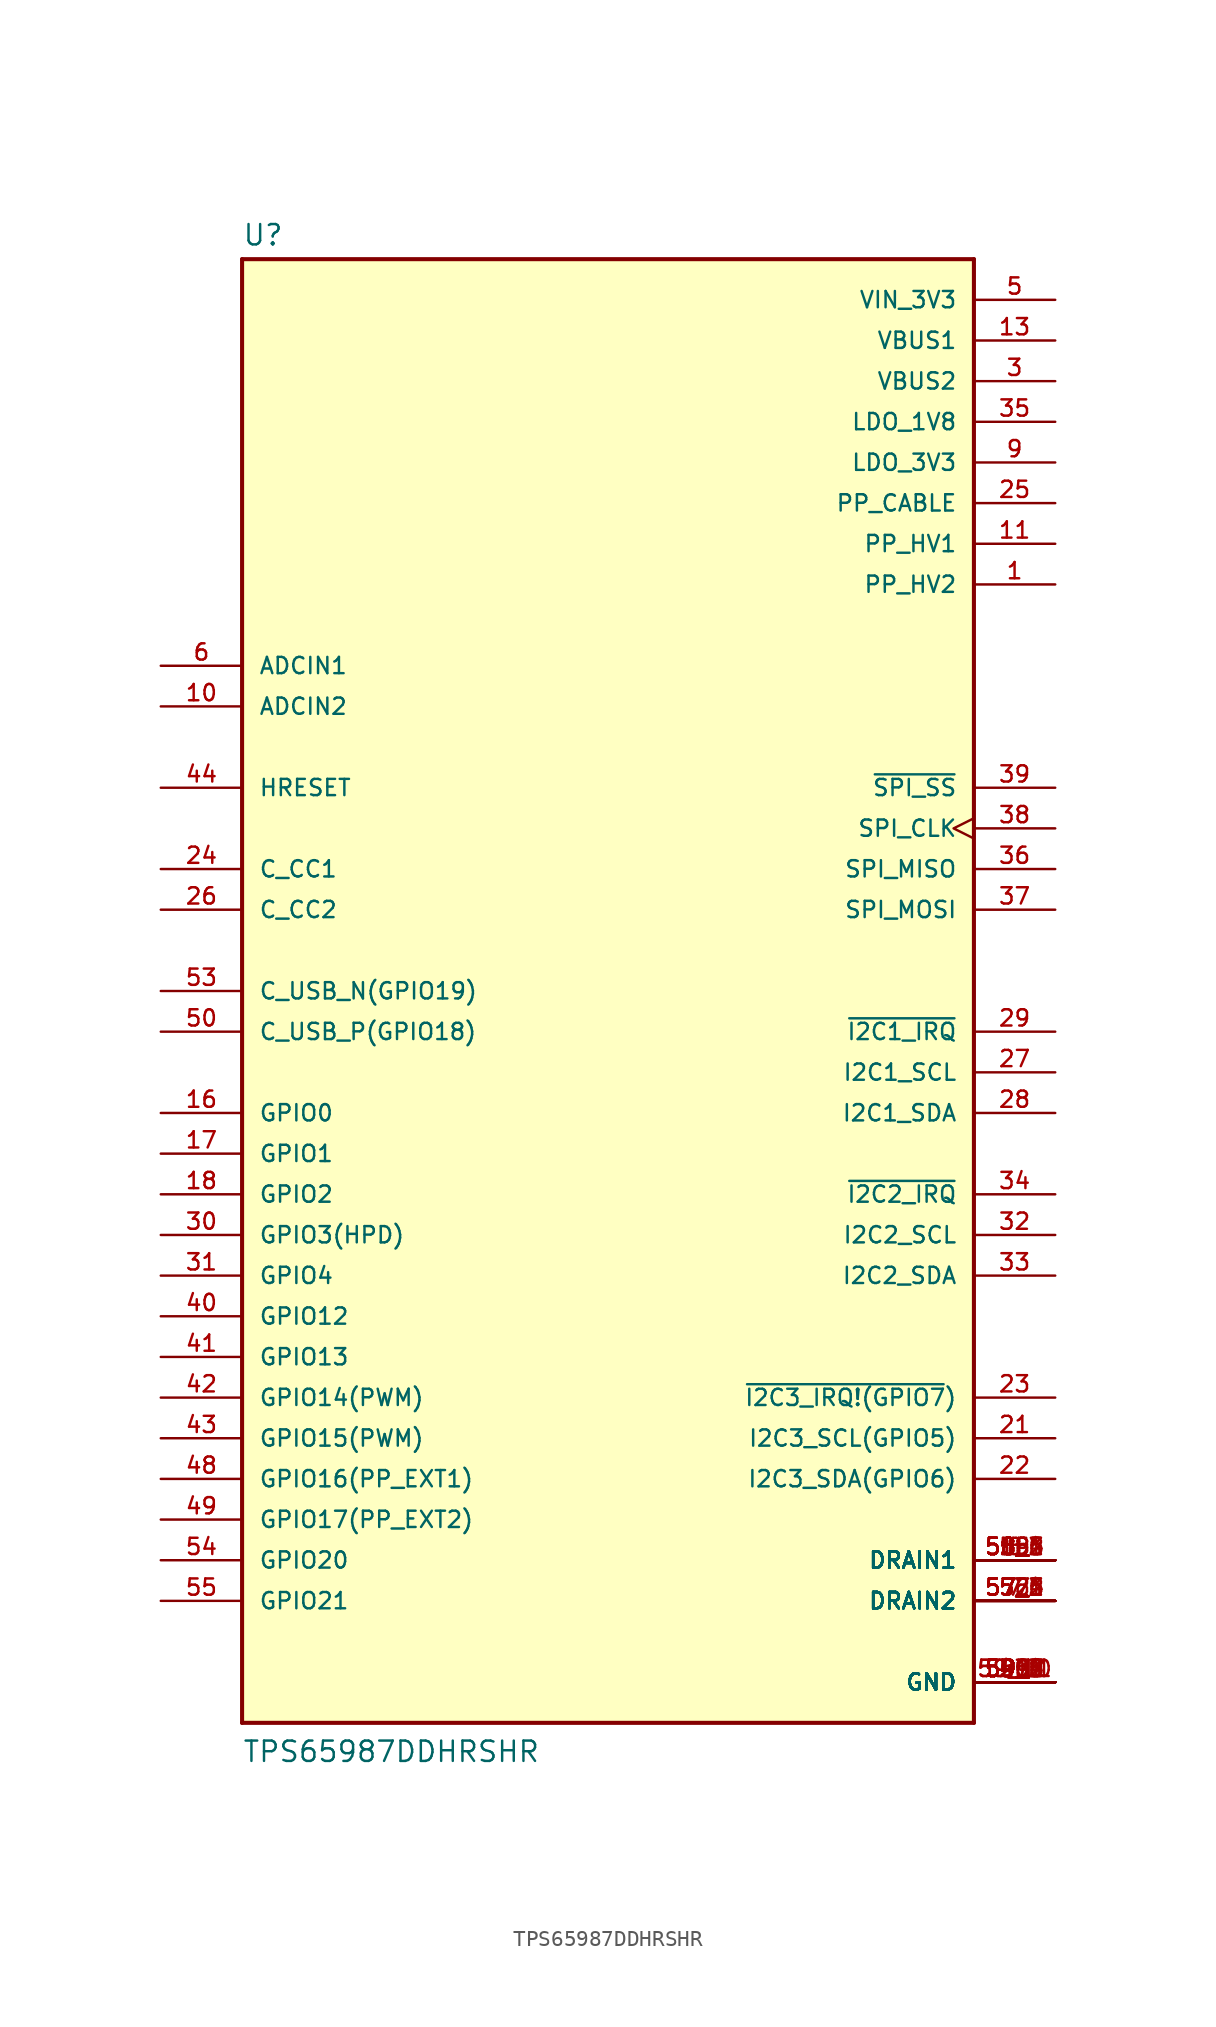
<source format=kicad_sym>
(kicad_symbol_lib
  (version 20211014)
  (generator kicad_symbol_editor)
  (symbol "TPS65987DDHRSHR"
    (pin_names
      (offset 1.016))
    (property "Reference" "U"
      (at -22.86 46.482 0)
      (effects (font (size 1.27 1.27)) (justify left bottom)))
    (property "Value" "TPS65987DDHRSHR"
      (at -22.86 -48.26 0)
      (effects (font (size 1.27 1.27)) (justify left bottom)))
    (property "ki_locked" ""
      (at 0 0 0)
      (effects (font (size 1.27 1.27))))
    (symbol "TPS65987DDHRSHR_0_0"
      (polyline (pts (xy -22.86 -45.72) (xy -22.86 45.72)) (stroke (width 0.254) (type default) (color 0 0 0 0)) (fill (type none)))
      (polyline (pts (xy -22.86 45.72) (xy 22.86 45.72)) (stroke (width 0.254) (type default) (color 0 0 0 0)) (fill (type none)))
      (polyline (pts (xy 22.86 -45.72) (xy -22.86 -45.72)) (stroke (width 0.254) (type default) (color 0 0 0 0)) (fill (type none)))
      (polyline (pts (xy 22.86 45.72) (xy 22.86 -45.72)) (stroke (width 0.254) (type default) (color 0 0 0 0)) (fill (type none)))
      (pin power_in line (at 27.94 25.4 180) (length 5.08) (name "PP_HV2" (effects (font (size 1.016 1.016)))) (number "1" (effects (font (size 1.016 1.016)))))
      (pin input line (at -27.94 17.78 0) (length 5.08) (name "ADCIN2" (effects (font (size 1.016 1.016)))) (number "10" (effects (font (size 1.016 1.016)))))
      (pin power_in line (at 27.94 27.94 180) (length 5.08) (name "PP_HV1" (effects (font (size 1.016 1.016)))) (number "11" (effects (font (size 1.016 1.016)))))
      (pin power_in line (at 27.94 40.64 180) (length 5.08) (name "VBUS1" (effects (font (size 1.016 1.016)))) (number "13" (effects (font (size 1.016 1.016)))))
      (pin passive line (at 27.94 -35.56 180) (length 5.08) (name "DRAIN1" (effects (font (size 1.016 1.016)))) (number "15" (effects (font (size 1.016 1.016)))))
      (pin bidirectional line (at -27.94 -7.62 0) (length 5.08) (name "GPIO0" (effects (font (size 1.016 1.016)))) (number "16" (effects (font (size 1.016 1.016)))))
      (pin bidirectional line (at -27.94 -10.16 0) (length 5.08) (name "GPIO1" (effects (font (size 1.016 1.016)))) (number "17" (effects (font (size 1.016 1.016)))))
      (pin bidirectional line (at -27.94 -12.7 0) (length 5.08) (name "GPIO2" (effects (font (size 1.016 1.016)))) (number "18" (effects (font (size 1.016 1.016)))))
      (pin passive line (at 27.94 -35.56 180) (length 5.08) (name "DRAIN1" (effects (font (size 1.016 1.016)))) (number "19" (effects (font (size 1.016 1.016)))))
      (pin power_in line (at 27.94 -43.18 180) (length 5.08) (name "GND" (effects (font (size 1.016 1.016)))) (number "20" (effects (font (size 1.016 1.016)))))
      (pin bidirectional line (at 27.94 -27.94 180) (length 5.08) (name "I2C3_SCL(GPIO5)" (effects (font (size 1.016 1.016)))) (number "21" (effects (font (size 1.016 1.016)))))
      (pin bidirectional line (at 27.94 -30.48 180) (length 5.08) (name "I2C3_SDA(GPIO6)" (effects (font (size 1.016 1.016)))) (number "22" (effects (font (size 1.016 1.016)))))
      (pin bidirectional line (at 27.94 -25.4 180) (length 5.08) (name "~{I2C3_IRQ!(GPIO7})~{}" (effects (font (size 1.016 1.016)))) (number "23" (effects (font (size 1.016 1.016)))))
      (pin bidirectional line (at -27.94 7.62 0) (length 5.08) (name "C_CC1" (effects (font (size 1.016 1.016)))) (number "24" (effects (font (size 1.016 1.016)))))
      (pin power_in line (at 27.94 30.48 180) (length 5.08) (name "PP_CABLE" (effects (font (size 1.016 1.016)))) (number "25" (effects (font (size 1.016 1.016)))))
      (pin bidirectional line (at -27.94 5.08 0) (length 5.08) (name "C_CC2" (effects (font (size 1.016 1.016)))) (number "26" (effects (font (size 1.016 1.016)))))
      (pin bidirectional line (at 27.94 -5.08 180) (length 5.08) (name "I2C1_SCL" (effects (font (size 1.016 1.016)))) (number "27" (effects (font (size 1.016 1.016)))))
      (pin bidirectional line (at 27.94 -7.62 180) (length 5.08) (name "I2C1_SDA" (effects (font (size 1.016 1.016)))) (number "28" (effects (font (size 1.016 1.016)))))
      (pin output line (at 27.94 -2.54 180) (length 5.08) (name "~{I2C1_IRQ}" (effects (font (size 1.016 1.016)))) (number "29" (effects (font (size 1.016 1.016)))))
      (pin power_in line (at 27.94 38.1 180) (length 5.08) (name "VBUS2" (effects (font (size 1.016 1.016)))) (number "3" (effects (font (size 1.016 1.016)))))
      (pin bidirectional line (at -27.94 -15.24 0) (length 5.08) (name "GPIO3(HPD)" (effects (font (size 1.016 1.016)))) (number "30" (effects (font (size 1.016 1.016)))))
      (pin bidirectional line (at -27.94 -17.78 0) (length 5.08) (name "GPIO4" (effects (font (size 1.016 1.016)))) (number "31" (effects (font (size 1.016 1.016)))))
      (pin bidirectional line (at 27.94 -15.24 180) (length 5.08) (name "I2C2_SCL" (effects (font (size 1.016 1.016)))) (number "32" (effects (font (size 1.016 1.016)))))
      (pin bidirectional line (at 27.94 -17.78 180) (length 5.08) (name "I2C2_SDA" (effects (font (size 1.016 1.016)))) (number "33" (effects (font (size 1.016 1.016)))))
      (pin output line (at 27.94 -12.7 180) (length 5.08) (name "~{I2C2_IRQ}" (effects (font (size 1.016 1.016)))) (number "34" (effects (font (size 1.016 1.016)))))
      (pin power_in line (at 27.94 35.56 180) (length 5.08) (name "LDO_1V8" (effects (font (size 1.016 1.016)))) (number "35" (effects (font (size 1.016 1.016)))))
      (pin bidirectional line (at 27.94 7.62 180) (length 5.08) (name "SPI_MISO" (effects (font (size 1.016 1.016)))) (number "36" (effects (font (size 1.016 1.016)))))
      (pin bidirectional line (at 27.94 5.08 180) (length 5.08) (name "SPI_MOSI" (effects (font (size 1.016 1.016)))) (number "37" (effects (font (size 1.016 1.016)))))
      (pin bidirectional clock (at 27.94 10.16 180) (length 5.08) (name "SPI_CLK" (effects (font (size 1.016 1.016)))) (number "38" (effects (font (size 1.016 1.016)))))
      (pin bidirectional line (at 27.94 12.7 180) (length 5.08) (name "~{SPI_SS}" (effects (font (size 1.016 1.016)))) (number "39" (effects (font (size 1.016 1.016)))))
      (pin bidirectional line (at -27.94 -20.32 0) (length 5.08) (name "GPIO12" (effects (font (size 1.016 1.016)))) (number "40" (effects (font (size 1.016 1.016)))))
      (pin bidirectional line (at -27.94 -22.86 0) (length 5.08) (name "GPIO13" (effects (font (size 1.016 1.016)))) (number "41" (effects (font (size 1.016 1.016)))))
      (pin bidirectional line (at -27.94 -25.4 0) (length 5.08) (name "GPIO14(PWM)" (effects (font (size 1.016 1.016)))) (number "42" (effects (font (size 1.016 1.016)))))
      (pin bidirectional line (at -27.94 -27.94 0) (length 5.08) (name "GPIO15(PWM)" (effects (font (size 1.016 1.016)))) (number "43" (effects (font (size 1.016 1.016)))))
      (pin bidirectional line (at -27.94 12.7 0) (length 5.08) (name "HRESET" (effects (font (size 1.016 1.016)))) (number "44" (effects (font (size 1.016 1.016)))))
      (pin power_in line (at 27.94 -43.18 180) (length 5.08) (name "GND" (effects (font (size 1.016 1.016)))) (number "45" (effects (font (size 1.016 1.016)))))
      (pin power_in line (at 27.94 -43.18 180) (length 5.08) (name "GND" (effects (font (size 1.016 1.016)))) (number "46" (effects (font (size 1.016 1.016)))))
      (pin power_in line (at 27.94 -43.18 180) (length 5.08) (name "GND" (effects (font (size 1.016 1.016)))) (number "47" (effects (font (size 1.016 1.016)))))
      (pin bidirectional line (at -27.94 -30.48 0) (length 5.08) (name "GPIO16(PP_EXT1)" (effects (font (size 1.016 1.016)))) (number "48" (effects (font (size 1.016 1.016)))))
      (pin bidirectional line (at -27.94 -33.02 0) (length 5.08) (name "GPIO17(PP_EXT2)" (effects (font (size 1.016 1.016)))) (number "49" (effects (font (size 1.016 1.016)))))
      (pin power_in line (at 27.94 43.18 180) (length 5.08) (name "VIN_3V3" (effects (font (size 1.016 1.016)))) (number "5" (effects (font (size 1.016 1.016)))))
      (pin bidirectional line (at -27.94 -2.54 0) (length 5.08) (name "C_USB_P(GPIO18)" (effects (font (size 1.016 1.016)))) (number "50" (effects (font (size 1.016 1.016)))))
      (pin power_in line (at 27.94 -43.18 180) (length 5.08) (name "GND" (effects (font (size 1.016 1.016)))) (number "51" (effects (font (size 1.016 1.016)))))
      (pin passive line (at 27.94 -38.1 180) (length 5.08) (name "DRAIN2" (effects (font (size 1.016 1.016)))) (number "52" (effects (font (size 1.016 1.016)))))
      (pin bidirectional line (at -27.94 0 0) (length 5.08) (name "C_USB_N(GPIO19)" (effects (font (size 1.016 1.016)))) (number "53" (effects (font (size 1.016 1.016)))))
      (pin bidirectional line (at -27.94 -35.56 0) (length 5.08) (name "GPIO20" (effects (font (size 1.016 1.016)))) (number "54" (effects (font (size 1.016 1.016)))))
      (pin bidirectional line (at -27.94 -38.1 0) (length 5.08) (name "GPIO21" (effects (font (size 1.016 1.016)))) (number "55" (effects (font (size 1.016 1.016)))))
      (pin passive line (at 27.94 -38.1 180) (length 5.08) (name "DRAIN2" (effects (font (size 1.016 1.016)))) (number "56" (effects (font (size 1.016 1.016)))))
      (pin passive line (at 27.94 -38.1 180) (length 5.08) (name "DRAIN2" (effects (font (size 1.016 1.016)))) (number "57" (effects (font (size 1.016 1.016)))))
      (pin passive line (at 27.94 -38.1 180) (length 5.08) (name "DRAIN2" (effects (font (size 1.016 1.016)))) (number "57_1" (effects (font (size 1.016 1.016)))))
      (pin passive line (at 27.94 -38.1 180) (length 5.08) (name "DRAIN2" (effects (font (size 1.016 1.016)))) (number "57_2" (effects (font (size 1.016 1.016)))))
      (pin passive line (at 27.94 -38.1 180) (length 5.08) (name "DRAIN2" (effects (font (size 1.016 1.016)))) (number "57_3" (effects (font (size 1.016 1.016)))))
      (pin passive line (at 27.94 -38.1 180) (length 5.08) (name "DRAIN2" (effects (font (size 1.016 1.016)))) (number "57_4" (effects (font (size 1.016 1.016)))))
      (pin passive line (at 27.94 -38.1 180) (length 5.08) (name "DRAIN2" (effects (font (size 1.016 1.016)))) (number "57_5" (effects (font (size 1.016 1.016)))))
      (pin passive line (at 27.94 -38.1 180) (length 5.08) (name "DRAIN2" (effects (font (size 1.016 1.016)))) (number "57_6" (effects (font (size 1.016 1.016)))))
      (pin passive line (at 27.94 -35.56 180) (length 5.08) (name "DRAIN1" (effects (font (size 1.016 1.016)))) (number "58" (effects (font (size 1.016 1.016)))))
      (pin passive line (at 27.94 -35.56 180) (length 5.08) (name "DRAIN1" (effects (font (size 1.016 1.016)))) (number "58_1" (effects (font (size 1.016 1.016)))))
      (pin passive line (at 27.94 -35.56 180) (length 5.08) (name "DRAIN1" (effects (font (size 1.016 1.016)))) (number "58_2" (effects (font (size 1.016 1.016)))))
      (pin passive line (at 27.94 -35.56 180) (length 5.08) (name "DRAIN1" (effects (font (size 1.016 1.016)))) (number "58_3" (effects (font (size 1.016 1.016)))))
      (pin passive line (at 27.94 -35.56 180) (length 5.08) (name "DRAIN1" (effects (font (size 1.016 1.016)))) (number "58_4" (effects (font (size 1.016 1.016)))))
      (pin passive line (at 27.94 -35.56 180) (length 5.08) (name "DRAIN1" (effects (font (size 1.016 1.016)))) (number "58_5" (effects (font (size 1.016 1.016)))))
      (pin passive line (at 27.94 -35.56 180) (length 5.08) (name "DRAIN1" (effects (font (size 1.016 1.016)))) (number "58_6" (effects (font (size 1.016 1.016)))))
      (pin power_in line (at 27.94 -43.18 180) (length 5.08) (name "GND" (effects (font (size 1.016 1.016)))) (number "59" (effects (font (size 1.016 1.016)))))
      (pin power_in line (at 27.94 -43.18 180) (length 5.08) (name "GND" (effects (font (size 1.016 1.016)))) (number "59_1" (effects (font (size 1.016 1.016)))))
      (pin power_in line (at 27.94 -43.18 180) (length 5.08) (name "GND" (effects (font (size 1.016 1.016)))) (number "59_10" (effects (font (size 1.016 1.016)))))
      (pin power_in line (at 27.94 -43.18 180) (length 5.08) (name "GND" (effects (font (size 1.016 1.016)))) (number "59_11" (effects (font (size 1.016 1.016)))))
      (pin power_in line (at 27.94 -43.18 180) (length 5.08) (name "GND" (effects (font (size 1.016 1.016)))) (number "59_2" (effects (font (size 1.016 1.016)))))
      (pin power_in line (at 27.94 -43.18 180) (length 5.08) (name "GND" (effects (font (size 1.016 1.016)))) (number "59_3" (effects (font (size 1.016 1.016)))))
      (pin power_in line (at 27.94 -43.18 180) (length 5.08) (name "GND" (effects (font (size 1.016 1.016)))) (number "59_4" (effects (font (size 1.016 1.016)))))
      (pin power_in line (at 27.94 -43.18 180) (length 5.08) (name "GND" (effects (font (size 1.016 1.016)))) (number "59_5" (effects (font (size 1.016 1.016)))))
      (pin power_in line (at 27.94 -43.18 180) (length 5.08) (name "GND" (effects (font (size 1.016 1.016)))) (number "59_6" (effects (font (size 1.016 1.016)))))
      (pin power_in line (at 27.94 -43.18 180) (length 5.08) (name "GND" (effects (font (size 1.016 1.016)))) (number "59_7" (effects (font (size 1.016 1.016)))))
      (pin power_in line (at 27.94 -43.18 180) (length 5.08) (name "GND" (effects (font (size 1.016 1.016)))) (number "59_8" (effects (font (size 1.016 1.016)))))
      (pin power_in line (at 27.94 -43.18 180) (length 5.08) (name "GND" (effects (font (size 1.016 1.016)))) (number "59_9" (effects (font (size 1.016 1.016)))))
      (pin input line (at -27.94 20.32 0) (length 5.08) (name "ADCIN1" (effects (font (size 1.016 1.016)))) (number "6" (effects (font (size 1.016 1.016)))))
      (pin passive line (at 27.94 -38.1 180) (length 5.08) (name "DRAIN2" (effects (font (size 1.016 1.016)))) (number "7" (effects (font (size 1.016 1.016)))))
      (pin passive line (at 27.94 -35.56 180) (length 5.08) (name "DRAIN1" (effects (font (size 1.016 1.016)))) (number "8" (effects (font (size 1.016 1.016)))))
      (pin power_in line (at 27.94 33.02 180) (length 5.08) (name "LDO_3V3" (effects (font (size 1.016 1.016)))) (number "9" (effects (font (size 1.016 1.016))))))
    (symbol "TPS65987DDHRSHR_1_1"
      (rectangle (start -22.86 -45.72) (end 22.86 45.72) (stroke (width 0) (type default) (color 0 0 0 0)) (fill (type background))))))
</source>
